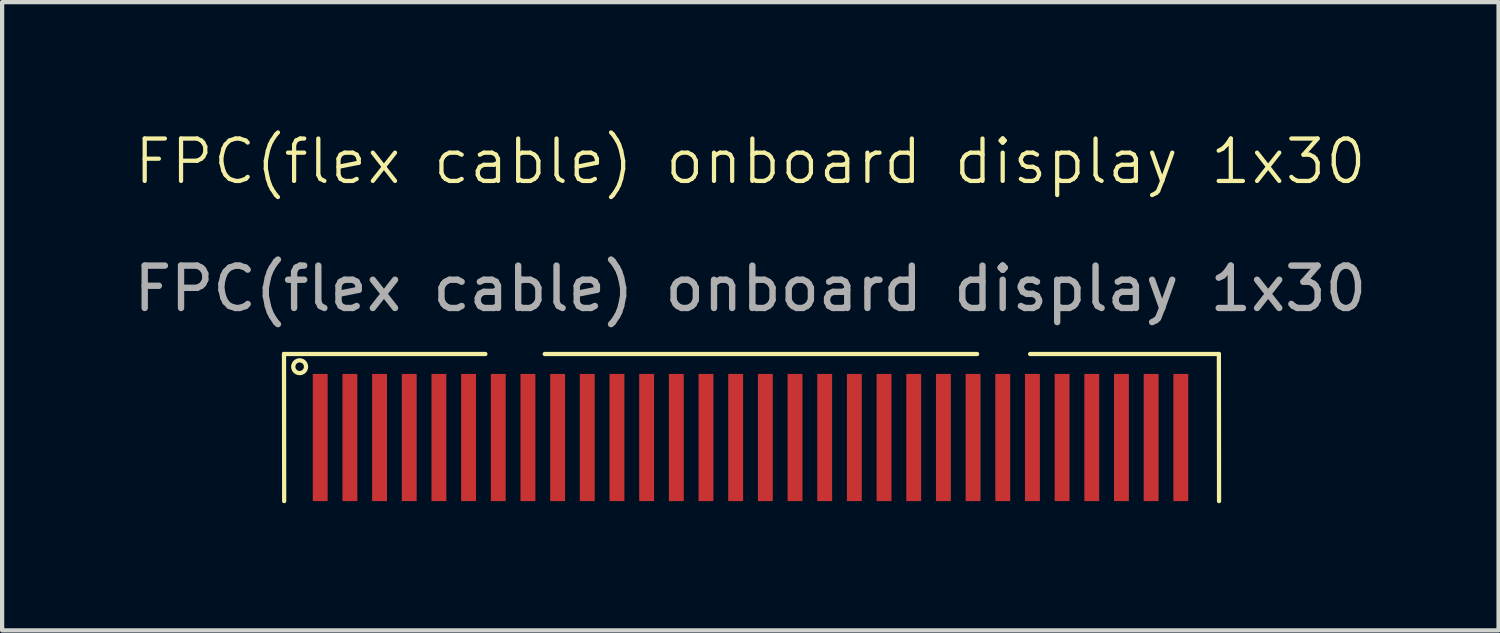
<source format=kicad_pcb>
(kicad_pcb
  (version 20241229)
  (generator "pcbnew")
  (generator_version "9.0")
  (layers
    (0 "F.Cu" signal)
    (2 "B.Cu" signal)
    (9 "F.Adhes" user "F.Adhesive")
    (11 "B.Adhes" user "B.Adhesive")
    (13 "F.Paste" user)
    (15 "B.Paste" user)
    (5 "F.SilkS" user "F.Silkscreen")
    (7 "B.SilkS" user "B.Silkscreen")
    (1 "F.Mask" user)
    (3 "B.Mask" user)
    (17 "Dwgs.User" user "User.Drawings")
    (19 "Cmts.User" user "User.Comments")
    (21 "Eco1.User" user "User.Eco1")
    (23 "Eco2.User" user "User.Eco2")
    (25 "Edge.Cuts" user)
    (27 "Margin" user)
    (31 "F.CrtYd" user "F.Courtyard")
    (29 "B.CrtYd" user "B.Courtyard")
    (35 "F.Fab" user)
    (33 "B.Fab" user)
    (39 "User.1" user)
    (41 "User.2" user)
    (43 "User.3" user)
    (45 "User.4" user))
  (footprint "FPC(flex cable) onboard display 1x30"
    (layer "F.Cu")
    (at 14.689 5.67)
    (property "Reference" "FPC(flex cable) onboard display 1x30" (at -0.04 -4.91 0) (unlocked yes) (layer "F.SilkS") (effects (font (size 1 1) (thickness 0.1))))
    (attr smd)
    (fp_line (start -11.04 -0.37) (end -6.29 -0.37) (stroke (width 0.1) (type default)) (layer "F.SilkS"))
    (fp_line (start -11.036 3.1) (end -11.04 -0.37) (stroke (width 0.1) (type default)) (layer "F.SilkS"))
    (fp_line (start -4.89 -0.37) (end 5.31 -0.37) (stroke (width 0.1) (type default)) (layer "F.SilkS"))
    (fp_line (start 11.012 -0.37) (end 6.56 -0.37) (stroke (width 0.1) (type default)) (layer "F.SilkS"))
    (fp_line (start 11.016 3.1) (end 11.012 -0.37) (stroke (width 0.1) (type default)) (layer "F.SilkS"))
    (fp_circle (center -10.671 -0.07) (end -10.531 -0.014) (stroke (width 0.1) (type default)) (fill no) (layer "F.SilkS"))
    (fp_text user "${REFERENCE}" (at -0.04 -1.91 0) (unlocked yes) (layer "F.Fab") (effects (font (size 1 1) (thickness 0.15))))
    (pad "1" connect rect (at -10.186 1.6) (size 0.351 3) (layers "F.Cu" "F.Mask"))
    (pad "2" connect rect (at -9.486 1.6) (size 0.351 3) (layers "F.Cu" "F.Mask"))
    (pad "3" connect rect (at -8.786 1.6) (size 0.351 3) (layers "F.Cu" "F.Mask"))
    (pad "4" connect rect (at -8.086 1.6) (size 0.351 3) (layers "F.Cu" "F.Mask"))
    (pad "5" connect rect (at -7.386 1.6) (size 0.351 3) (layers "F.Cu" "F.Mask"))
    (pad "6" connect rect (at -6.686 1.6) (size 0.351 3) (layers "F.Cu" "F.Mask"))
    (pad "7" connect rect (at -5.986 1.6) (size 0.351 3) (layers "F.Cu" "F.Mask"))
    (pad "8" connect rect (at -5.286 1.6) (size 0.351 3) (layers "F.Cu" "F.Mask"))
    (pad "9" connect rect (at -4.586 1.6) (size 0.351 3) (layers "F.Cu" "F.Mask"))
    (pad "10" connect rect (at -3.886 1.6) (size 0.351 3) (layers "F.Cu" "F.Mask"))
    (pad "11" connect rect (at -3.186 1.6) (size 0.351 3) (layers "F.Cu" "F.Mask"))
    (pad "12" connect rect (at -2.486 1.6) (size 0.351 3) (layers "F.Cu" "F.Mask"))
    (pad "13" connect rect (at -1.786 1.6) (size 0.351 3) (layers "F.Cu" "F.Mask"))
    (pad "14" connect rect (at -1.086 1.6) (size 0.351 3) (layers "F.Cu" "F.Mask"))
    (pad "15" connect rect (at -0.386 1.6) (size 0.351 3) (layers "F.Cu" "F.Mask"))
    (pad "16" connect rect (at 0.314 1.6) (size 0.351 3) (layers "F.Cu" "F.Mask"))
    (pad "17" connect rect (at 1.014 1.6) (size 0.351 3) (layers "F.Cu" "F.Mask"))
    (pad "18" connect rect (at 1.714 1.6) (size 0.351 3) (layers "F.Cu" "F.Mask"))
    (pad "19" connect rect (at 2.414 1.6) (size 0.351 3) (layers "F.Cu" "F.Mask"))
    (pad "20" connect rect (at 3.114 1.6) (size 0.351 3) (layers "F.Cu" "F.Mask"))
    (pad "21" connect rect (at 3.814 1.6) (size 0.351 3) (layers "F.Cu" "F.Mask"))
    (pad "22" connect rect (at 4.514 1.6) (size 0.351 3) (layers "F.Cu" "F.Mask"))
    (pad "23" connect rect (at 5.214 1.6) (size 0.351 3) (layers "F.Cu" "F.Mask"))
    (pad "24" connect rect (at 5.914 1.6) (size 0.351 3) (layers "F.Cu" "F.Mask"))
    (pad "25" connect rect (at 6.614 1.6) (size 0.351 3) (layers "F.Cu" "F.Mask"))
    (pad "26" connect rect (at 7.314 1.6) (size 0.351 3) (layers "F.Cu" "F.Mask"))
    (pad "27" connect rect (at 8.014 1.6) (size 0.351 3) (layers "F.Cu" "F.Mask"))
    (pad "28" connect rect (at 8.714 1.6) (size 0.351 3) (layers "F.Cu" "F.Mask"))
    (pad "29" connect rect (at 9.414 1.6) (size 0.351 3) (layers "F.Cu" "F.Mask"))
    (pad "30" connect rect (at 10.114 1.6) (size 0.351 3) (layers "F.Cu" "F.Mask")))
  (gr_rect
    (start -3 -3)
    (end 32.298 11.82)
    (stroke (width 0.1) (type default))
    (fill no)
    (layer "Edge.Cuts")))
</source>
